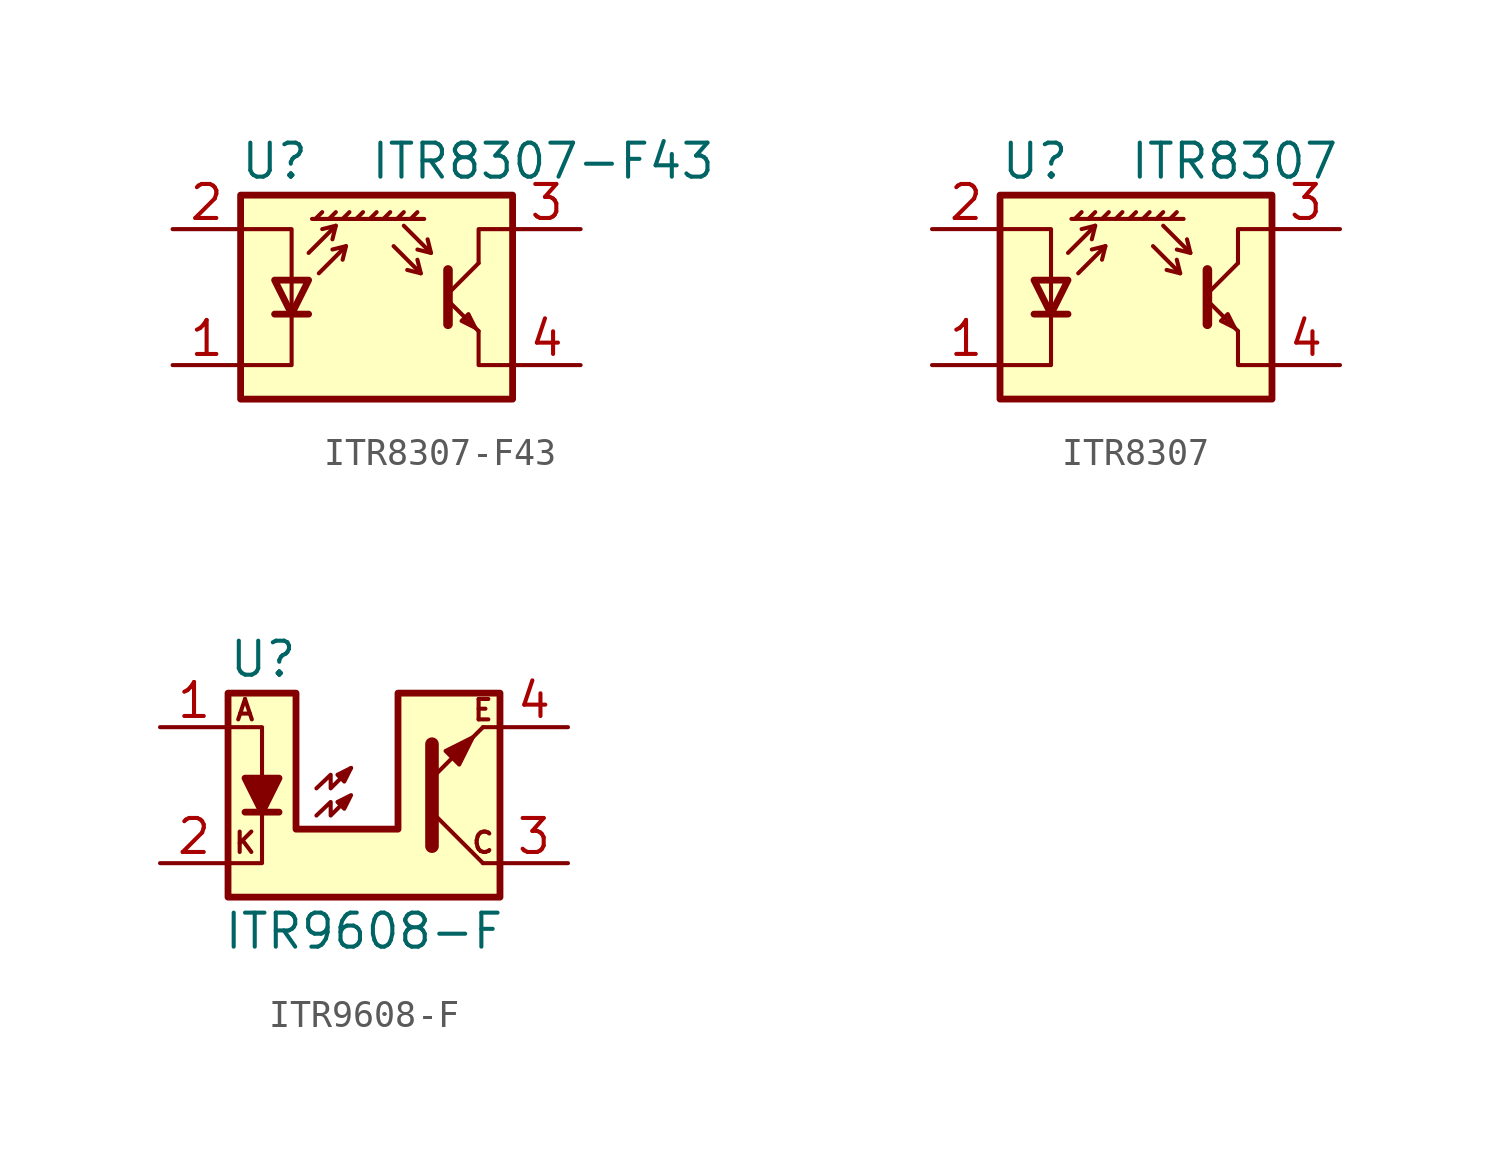
<source format=kicad_sym>
(kicad_symbol_lib
  (version 20231120)
  (generator "kicad_symbol_editor")
  (generator_version "8.0")
  (symbol "ITR8307-F43"
    (pin_names
      (offset 0.025) hide)
    (property "Reference" "U"
      (at -3.81 5.08 0)
      (effects (font (size 1.27 1.27))))
    (property "Value" "ITR8307-F43"
      (at 12.7 5.08 0)
      (effects (font (size 1.27 1.27)) (justify right)))
    (symbol "ITR8307-F43_0_1"
      (polyline (pts (xy -3.81 -0.635) (xy -2.54 -0.635)) (stroke (width 0.254) (type default)) (fill (type none)))
      (polyline (pts (xy -2.286 2.921) (xy -2.032 3.175)) (stroke (width 0) (type default)) (fill (type none)))
      (polyline (pts (xy -1.778 2.921) (xy -1.524 3.175)) (stroke (width 0) (type default)) (fill (type none)))
      (polyline (pts (xy -1.524 2.667) (xy -1.651 2.159)) (stroke (width 0) (type default)) (fill (type none)))
      (polyline (pts (xy -1.27 2.921) (xy -1.016 3.175)) (stroke (width 0) (type default)) (fill (type none)))
      (polyline (pts (xy -1.143 1.905) (xy -1.27 1.397)) (stroke (width 0) (type default)) (fill (type none)))
      (polyline (pts (xy -0.762 2.921) (xy -0.508 3.175)) (stroke (width 0) (type default)) (fill (type none)))
      (polyline (pts (xy -0.254 2.921) (xy 0 3.175)) (stroke (width 0) (type default)) (fill (type none)))
      (polyline (pts (xy 0.254 2.921) (xy 0.508 3.175)) (stroke (width 0) (type default)) (fill (type none)))
      (polyline (pts (xy 0.762 2.921) (xy 1.016 3.175)) (stroke (width 0) (type default)) (fill (type none)))
      (polyline (pts (xy 1.27 2.921) (xy 1.524 3.175)) (stroke (width 0) (type default)) (fill (type none)))
      (polyline (pts (xy 1.651 0.889) (xy 1.143 1.016)) (stroke (width 0) (type default)) (fill (type none)))
      (polyline (pts (xy 1.778 2.921) (xy -2.413 2.921)) (stroke (width 0) (type default)) (fill (type none)))
      (polyline (pts (xy 2.032 1.651) (xy 1.524 1.778)) (stroke (width 0) (type default)) (fill (type none)))
      (polyline (pts (xy 2.667 -0.127) (xy 3.81 -1.27)) (stroke (width 0) (type default)) (fill (type none)))
      (polyline (pts (xy 2.667 0.127) (xy 3.81 1.27)) (stroke (width 0) (type default)) (fill (type none)))
      (polyline (pts (xy -2.54 1.651) (xy -1.524 2.667) (xy -2.032 2.54)) (stroke (width 0) (type default)) (fill (type none)))
      (polyline (pts (xy -2.159 0.889) (xy -1.143 1.905) (xy -1.651 1.778)) (stroke (width 0) (type default)) (fill (type none)))
      (polyline (pts (xy 0.635 1.905) (xy 1.651 0.889) (xy 1.524 1.397)) (stroke (width 0) (type default)) (fill (type none)))
      (polyline (pts (xy 1.016 2.667) (xy 2.032 1.651) (xy 1.905 2.159)) (stroke (width 0) (type default)) (fill (type none)))
      (polyline (pts (xy 2.667 1.016) (xy 2.667 -1.016) (xy 2.667 -1.016)) (stroke (width 0.356) (type default)) (fill (type none)))
      (polyline (pts (xy 3.81 -1.27) (xy 3.81 -2.54) (xy 5.08 -2.54)) (stroke (width 0) (type default)) (fill (type none)))
      (polyline (pts (xy 3.81 1.27) (xy 3.81 2.54) (xy 5.08 2.54)) (stroke (width 0) (type default)) (fill (type none)))
      (polyline (pts (xy -5.08 -2.54) (xy -3.175 -2.54) (xy -3.175 2.54) (xy -5.08 2.54)) (stroke (width 0) (type default)) (fill (type none)))
      (polyline (pts (xy -3.175 -0.635) (xy -3.81 0.635) (xy -2.54 0.635) (xy -3.175 -0.635)) (stroke (width 0.254) (type default)) (fill (type none)))
      (polyline (pts (xy 3.683 -1.143) (xy 3.429 -0.635) (xy 3.175 -0.889) (xy 3.683 -1.143)) (stroke (width 0) (type default)) (fill (type none)))
      (polyline (pts (xy -5.08 -3.81) (xy 5.08 -3.81) (xy 5.08 3.81) (xy -5.08 3.81) (xy -5.08 -3.81)) (stroke (width 0.254) (type default)) (fill (type background))))
    (symbol "ITR8307-F43_1_1"
      (pin passive line (at -7.62 -2.54 0) (length 2.54) (name "K" (effects (font (size 1.27 1.27)))) (number "1" (effects (font (size 1.27 1.27)))))
      (pin passive line (at -7.62 2.54 0) (length 2.54) (name "A" (effects (font (size 1.27 1.27)))) (number "2" (effects (font (size 1.27 1.27)))))
      (pin open_collector line (at 7.62 2.54 180) (length 2.54) (name "C" (effects (font (size 1.27 1.27)))) (number "3" (effects (font (size 1.27 1.27)))))
      (pin open_emitter line (at 7.62 -2.54 180) (length 2.54) (name "E" (effects (font (size 1.27 1.27)))) (number "4" (effects (font (size 1.27 1.27)))))))
  (symbol "ITR8307"
    (pin_names
      (offset 0.025) hide)
    (property "Reference" "U"
      (at -5.08 5.08 0)
      (effects (font (size 1.27 1.27)) (justify left)))
    (property "Value" "ITR8307"
      (at 7.62 5.08 0)
      (effects (font (size 1.27 1.27)) (justify right)))
    (symbol "ITR8307_0_1"
      (polyline (pts (xy -3.81 -0.635) (xy -2.54 -0.635)) (stroke (width 0.254) (type default)) (fill (type none)))
      (polyline (pts (xy -2.286 2.921) (xy -2.032 3.175)) (stroke (width 0) (type default)) (fill (type none)))
      (polyline (pts (xy -1.778 2.921) (xy -1.524 3.175)) (stroke (width 0) (type default)) (fill (type none)))
      (polyline (pts (xy -1.524 2.667) (xy -1.651 2.159)) (stroke (width 0) (type default)) (fill (type none)))
      (polyline (pts (xy -1.27 2.921) (xy -1.016 3.175)) (stroke (width 0) (type default)) (fill (type none)))
      (polyline (pts (xy -1.143 1.905) (xy -1.27 1.397)) (stroke (width 0) (type default)) (fill (type none)))
      (polyline (pts (xy -0.762 2.921) (xy -0.508 3.175)) (stroke (width 0) (type default)) (fill (type none)))
      (polyline (pts (xy -0.254 2.921) (xy 0 3.175)) (stroke (width 0) (type default)) (fill (type none)))
      (polyline (pts (xy 0.254 2.921) (xy 0.508 3.175)) (stroke (width 0) (type default)) (fill (type none)))
      (polyline (pts (xy 0.762 2.921) (xy 1.016 3.175)) (stroke (width 0) (type default)) (fill (type none)))
      (polyline (pts (xy 1.27 2.921) (xy 1.524 3.175)) (stroke (width 0) (type default)) (fill (type none)))
      (polyline (pts (xy 1.651 0.889) (xy 1.143 1.016)) (stroke (width 0) (type default)) (fill (type none)))
      (polyline (pts (xy 1.778 2.921) (xy -2.413 2.921)) (stroke (width 0) (type default)) (fill (type none)))
      (polyline (pts (xy 2.032 1.651) (xy 1.524 1.778)) (stroke (width 0) (type default)) (fill (type none)))
      (polyline (pts (xy 2.667 -0.127) (xy 3.81 -1.27)) (stroke (width 0) (type default)) (fill (type none)))
      (polyline (pts (xy 2.667 0.127) (xy 3.81 1.27)) (stroke (width 0) (type default)) (fill (type none)))
      (polyline (pts (xy -2.54 1.651) (xy -1.524 2.667) (xy -2.032 2.54)) (stroke (width 0) (type default)) (fill (type none)))
      (polyline (pts (xy -2.159 0.889) (xy -1.143 1.905) (xy -1.651 1.778)) (stroke (width 0) (type default)) (fill (type none)))
      (polyline (pts (xy 0.635 1.905) (xy 1.651 0.889) (xy 1.524 1.397)) (stroke (width 0) (type default)) (fill (type none)))
      (polyline (pts (xy 1.016 2.667) (xy 2.032 1.651) (xy 1.905 2.159)) (stroke (width 0) (type default)) (fill (type none)))
      (polyline (pts (xy 2.667 1.016) (xy 2.667 -1.016) (xy 2.667 -1.016)) (stroke (width 0.356) (type default)) (fill (type none)))
      (polyline (pts (xy 3.81 -1.27) (xy 3.81 -2.54) (xy 5.08 -2.54)) (stroke (width 0) (type default)) (fill (type none)))
      (polyline (pts (xy 3.81 1.27) (xy 3.81 2.54) (xy 5.08 2.54)) (stroke (width 0) (type default)) (fill (type none)))
      (polyline (pts (xy -5.08 -2.54) (xy -3.175 -2.54) (xy -3.175 2.54) (xy -5.08 2.54)) (stroke (width 0) (type default)) (fill (type none)))
      (polyline (pts (xy -3.175 -0.635) (xy -3.81 0.635) (xy -2.54 0.635) (xy -3.175 -0.635)) (stroke (width 0.254) (type default)) (fill (type none)))
      (polyline (pts (xy 3.683 -1.143) (xy 3.429 -0.635) (xy 3.175 -0.889) (xy 3.683 -1.143)) (stroke (width 0) (type default)) (fill (type none)))
      (polyline (pts (xy -5.08 -3.81) (xy 5.08 -3.81) (xy 5.08 3.81) (xy -5.08 3.81) (xy -5.08 -3.81)) (stroke (width 0.254) (type default)) (fill (type background))))
    (symbol "ITR8307_1_1"
      (pin passive line (at -7.62 -2.54 0) (length 2.54) (name "K" (effects (font (size 1.27 1.27)))) (number "1" (effects (font (size 1.27 1.27)))))
      (pin passive line (at -7.62 2.54 0) (length 2.54) (name "A" (effects (font (size 1.27 1.27)))) (number "2" (effects (font (size 1.27 1.27)))))
      (pin open_collector line (at 7.62 2.54 180) (length 2.54) (name "C" (effects (font (size 1.27 1.27)))) (number "3" (effects (font (size 1.27 1.27)))))
      (pin open_emitter line (at 7.62 -2.54 180) (length 2.54) (name "E" (effects (font (size 1.27 1.27)))) (number "4" (effects (font (size 1.27 1.27)))))))
  (symbol "ITR9608-F"
    (property "Reference" "U"
      (at -5.08 5.08 0)
      (effects (font (size 1.27 1.27)) (justify left)))
    (property "Value" "ITR9608-F"
      (at 0 -5.08 0)
      (effects (font (size 1.27 1.27))))
    (symbol "ITR9608-F_0_0"
      (text "A" (at -4.445 3.175 0) (effects (font (size 0.762 0.762))))
      (text "C" (at 4.445 -1.778 0) (effects (font (size 0.762 0.762))))
      (text "E" (at 4.445 3.175 0) (effects (font (size 0.762 0.762))))
      (text "K" (at -4.445 -1.778 0) (effects (font (size 0.762 0.762)))))
    (symbol "ITR9608-F_0_1"
      (polyline (pts (xy -4.445 -0.635) (xy -3.175 -0.635)) (stroke (width 0.254) (type default)) (fill (type none)))
      (polyline (pts (xy 2.54 -0.635) (xy 4.445 -2.54)) (stroke (width 0) (type default)) (fill (type none)))
      (polyline (pts (xy 4.445 -2.54) (xy 5.08 -2.54)) (stroke (width 0) (type default)) (fill (type none)))
      (polyline (pts (xy 4.445 2.54) (xy 2.54 0.635)) (stroke (width 0) (type default)) (fill (type outline)))
      (polyline (pts (xy 4.445 2.54) (xy 5.08 2.54)) (stroke (width 0) (type default)) (fill (type none)))
      (polyline (pts (xy -5.08 -2.54) (xy -3.81 -2.54) (xy -3.81 -0.635)) (stroke (width 0) (type default)) (fill (type none)))
      (polyline (pts (xy -5.08 2.54) (xy -3.81 2.54) (xy -3.81 0.635)) (stroke (width 0) (type default)) (fill (type none)))
      (polyline (pts (xy 2.54 -1.905) (xy 2.54 1.905) (xy 2.54 1.905)) (stroke (width 0.508) (type default)) (fill (type none)))
      (polyline (pts (xy -3.81 -0.635) (xy -4.445 0.635) (xy -3.175 0.635) (xy -3.81 -0.635)) (stroke (width 0.254) (type default)) (fill (type outline)))
      (polyline (pts (xy -1.778 0.254) (xy -1.245 0.762) (xy -1.245 0.254) (xy -0.483 1.016)) (stroke (width 0) (type default)) (fill (type none)))
      (polyline (pts (xy -0.483 1.016) (xy -0.991 0.762) (xy -0.737 0.508) (xy -0.483 1.016)) (stroke (width 0) (type default)) (fill (type none)))
      (polyline (pts (xy 3.048 1.651) (xy 3.556 1.143) (xy 4.064 2.159) (xy 3.048 1.651) (xy 3.048 1.651)) (stroke (width 0) (type default)) (fill (type outline)))
      (polyline (pts (xy -1.778 -0.762) (xy -1.245 -0.254) (xy -1.245 -0.762) (xy -0.483 0) (xy -0.991 -0.254) (xy -0.737 -0.508) (xy -0.483 0)) (stroke (width 0) (type default)) (fill (type none)))
      (polyline (pts (xy -5.08 3.81) (xy -5.08 -3.81) (xy 5.08 -3.81) (xy 5.08 3.81) (xy 1.27 3.81) (xy 1.27 -1.27) (xy -2.54 -1.27) (xy -2.54 3.81) (xy -5.08 3.81)) (stroke (width 0.254) (type default)) (fill (type background))))
    (symbol "ITR9608-F_1_1"
      (pin passive line (at -7.62 2.54 0) (length 2.54) (name "~" (effects (font (size 1.27 1.27)))) (number "1" (effects (font (size 1.27 1.27)))))
      (pin passive line (at -7.62 -2.54 0) (length 2.54) (name "~" (effects (font (size 1.27 1.27)))) (number "2" (effects (font (size 1.27 1.27)))))
      (pin open_collector line (at 7.62 -2.54 180) (length 2.54) (name "~" (effects (font (size 1.27 1.27)))) (number "3" (effects (font (size 1.27 1.27)))))
      (pin open_emitter line (at 7.62 2.54 180) (length 2.54) (name "~" (effects (font (size 1.27 1.27)))) (number "4" (effects (font (size 1.27 1.27))))))))
</source>
